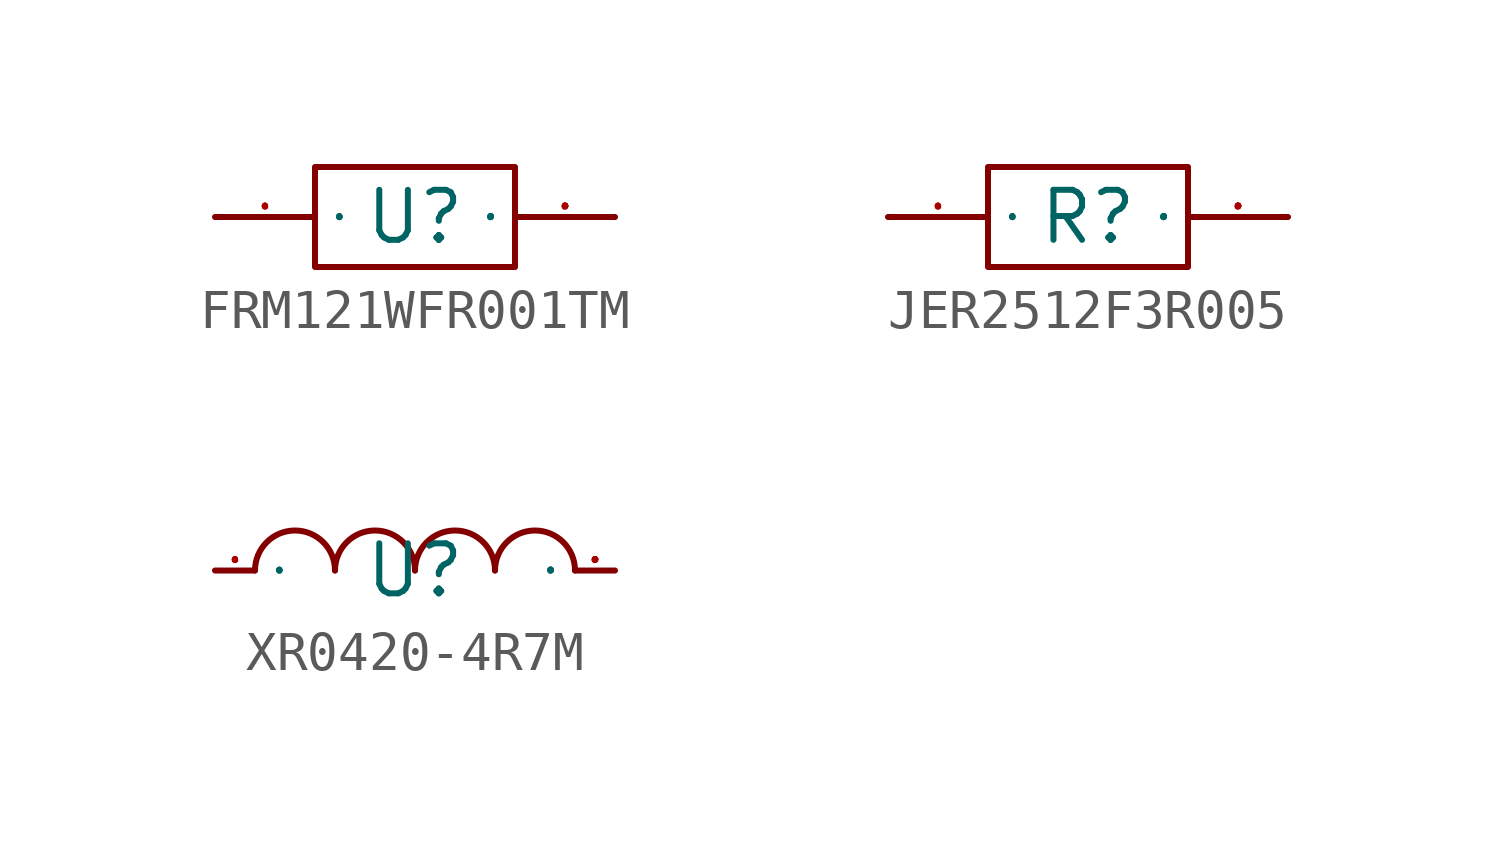
<source format=kicad_sym>
(kicad_symbol_lib
  (version 20241209)
  (generator "kicad_symbol_editor")
  (generator_version "9.0")
  (symbol "FRM121WFR001TM"
    (property "Reference" "U"
      (at 0 0 0)
      (effects (font (size 1.27 1.27))))
    (symbol "FRM121WFR001TM_1_0"
      (rectangle (start -2.54 -1.27) (end 2.54 1.27) (stroke (width 0) (type default)) (fill (type none)))
      (pin unspecified line (at -5.08 0 0) (length 2.54) (name "1" (effects (font (size 0.025 0.025)))) (number "1" (effects (font (size 0.025 0.025)))))
      (pin unspecified line (at 5.08 0 180) (length 2.54) (name "2" (effects (font (size 0.025 0.025)))) (number "2" (effects (font (size 0.025 0.025)))))))
  (symbol "JER2512F3R005"
    (property "Reference" "R"
      (at 0 0 0)
      (effects (font (size 1.27 1.27))))
    (symbol "JER2512F3R005_1_0"
      (rectangle (start -2.54 1.27) (end 2.54 -1.27) (stroke (width 0) (type default)) (fill (type none)))
      (pin unspecified line (at -5.08 0 0) (length 2.54) (name "1" (effects (font (size 0.025 0.025)))) (number "1" (effects (font (size 0.025 0.025)))))
      (pin unspecified line (at 5.08 0 180) (length 2.54) (name "2" (effects (font (size 0.025 0.025)))) (number "2" (effects (font (size 0.025 0.025)))))))
  (symbol "XR0420-4R7M"
    (property "Reference" "U"
      (at 0 0 0)
      (effects (font (size 1.27 1.27))))
    (symbol "XR0420-4R7M_1_0"
      (arc (start -4.064 0) (mid -3.0226 1.016) (end -2.032 0) (stroke (width 0) (type default)) (fill (type none)))
      (arc (start -2.032 0) (mid -0.9906 1.016) (end 0 0) (stroke (width 0) (type default)) (fill (type none)))
      (arc (start 0 0) (mid 1.016 1.016) (end 2.032 0) (stroke (width 0) (type default)) (fill (type none)))
      (arc (start 2.032 0) (mid 3.048 1.016) (end 4.064 0) (stroke (width 0) (type default)) (fill (type none)))
      (pin unspecified line (at -5.08 0 0) (length 1.016) (name "1" (effects (font (size 0.025 0.025)))) (number "1" (effects (font (size 0.025 0.025)))))
      (pin unspecified line (at 5.08 0 180) (length 1.016) (name "2" (effects (font (size 0.025 0.025)))) (number "2" (effects (font (size 0.025 0.025))))))))
</source>
